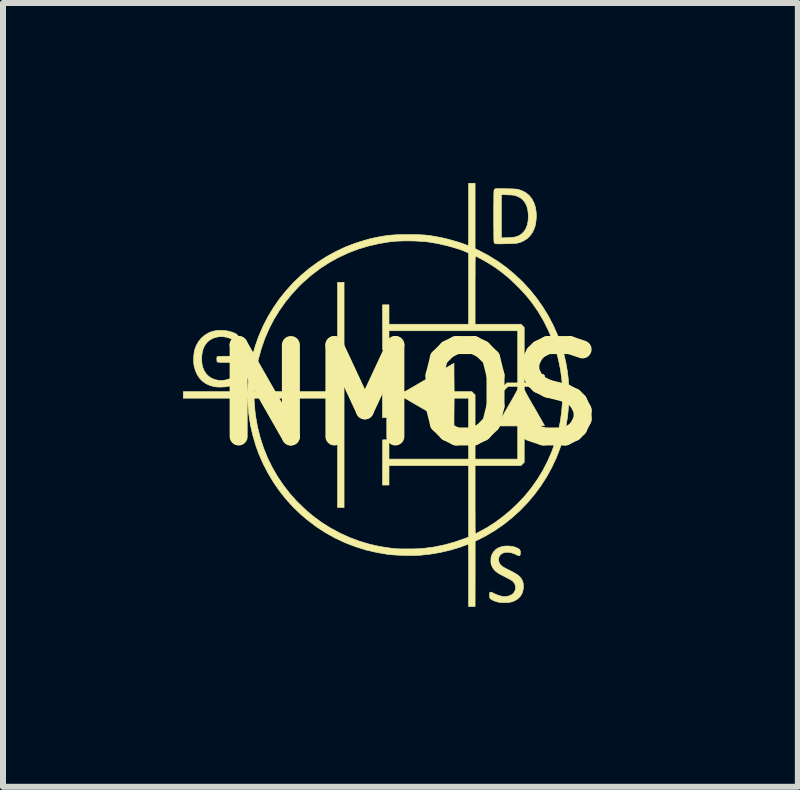
<source format=kicad_pcb>
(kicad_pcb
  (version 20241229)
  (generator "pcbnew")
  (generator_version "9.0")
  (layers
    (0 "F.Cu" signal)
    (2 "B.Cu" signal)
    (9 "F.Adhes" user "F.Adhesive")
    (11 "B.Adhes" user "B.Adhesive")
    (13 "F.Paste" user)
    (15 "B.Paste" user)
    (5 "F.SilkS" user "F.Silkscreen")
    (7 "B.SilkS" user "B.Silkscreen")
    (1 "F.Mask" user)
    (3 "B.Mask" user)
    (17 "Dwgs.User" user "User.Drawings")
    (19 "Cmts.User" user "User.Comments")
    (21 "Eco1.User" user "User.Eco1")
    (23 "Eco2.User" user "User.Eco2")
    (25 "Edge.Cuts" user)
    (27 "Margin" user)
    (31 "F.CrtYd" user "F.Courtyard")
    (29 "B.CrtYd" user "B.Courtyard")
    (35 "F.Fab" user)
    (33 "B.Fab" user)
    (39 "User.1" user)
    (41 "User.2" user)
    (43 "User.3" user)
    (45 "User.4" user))
  (footprint "NMOS"
    (layer "F.Cu")
    (at 3.758 3.536)
    (property "Reference" "NMOS" (at 0 0 0) (layer "F.SilkS") (effects (font (size 1.524 1.524) (thickness 0.3))))
    (attr through_hole)
    (fp_poly (pts (xy -3.091 -1.078) (xy -3.024 -1.071) (xy -2.961 -1.056) (xy -2.904 -1.036) (xy -2.904 -1.035) (xy -2.872 -1.019) (xy -2.851 -1.003) (xy -2.839 -0.986) (xy -2.833 -0.964) (xy -2.832 -0.943) (xy -2.834 -0.915) (xy -2.839 -0.897) (xy -2.85 -0.89) (xy -2.867 -0.893) (xy -2.892 -0.906) (xy -2.902 -0.912) (xy -2.963 -0.943) (xy -3.025 -0.964) (xy -3.088 -0.974) (xy -3.151 -0.974) (xy -3.211 -0.964) (xy -3.267 -0.944) (xy -3.317 -0.914) (xy -3.349 -0.887) (xy -3.387 -0.84) (xy -3.416 -0.786) (xy -3.435 -0.724) (xy -3.445 -0.655) (xy -3.446 -0.584) (xy -3.443 -0.539) (xy -3.438 -0.502) (xy -3.43 -0.469) (xy -3.417 -0.435) (xy -3.401 -0.401) (xy -3.37 -0.353) (xy -3.33 -0.313) (xy -3.283 -0.282) (xy -3.23 -0.26) (xy -3.173 -0.247) (xy -3.112 -0.244) (xy -3.051 -0.251) (xy -2.994 -0.267) (xy -2.959 -0.28) (xy -2.959 -0.546) (xy -3.069 -0.546) (xy -3.115 -0.546) (xy -3.149 -0.548) (xy -3.171 -0.549) (xy -3.184 -0.552) (xy -3.186 -0.554) (xy -3.191 -0.565) (xy -3.193 -0.584) (xy -3.194 -0.606) (xy -3.192 -0.625) (xy -3.188 -0.639) (xy -3.186 -0.64) (xy -3.18 -0.643) (xy -3.165 -0.645) (xy -3.14 -0.646) (xy -3.106 -0.647) (xy -3.061 -0.648) (xy -3.019 -0.648) (xy -2.858 -0.648) (xy -2.845 -0.631) (xy -2.842 -0.626) (xy -2.839 -0.62) (xy -2.836 -0.611) (xy -2.835 -0.599) (xy -2.833 -0.581) (xy -2.833 -0.557) (xy -2.832 -0.525) (xy -2.832 -0.483) (xy -2.832 -0.43) (xy -2.832 -0.423) (xy -2.832 -0.363) (xy -2.833 -0.315) (xy -2.834 -0.278) (xy -2.835 -0.25) (xy -2.837 -0.23) (xy -2.839 -0.219) (xy -2.84 -0.216) (xy -2.852 -0.204) (xy -2.874 -0.19) (xy -2.903 -0.177) (xy -2.938 -0.164) (xy -2.977 -0.152) (xy -3.006 -0.146) (xy -3.053 -0.138) (xy -3.107 -0.135) (xy -3.161 -0.134) (xy -3.212 -0.138) (xy -3.245 -0.143) (xy -3.315 -0.163) (xy -3.378 -0.193) (xy -3.434 -0.233) (xy -3.482 -0.283) (xy -3.52 -0.341) (xy -3.55 -0.407) (xy -3.571 -0.481) (xy -3.576 -0.508) (xy -3.58 -0.55) (xy -3.58 -0.598) (xy -3.578 -0.649) (xy -3.573 -0.698) (xy -3.566 -0.74) (xy -3.562 -0.755) (xy -3.536 -0.827) (xy -3.499 -0.892) (xy -3.454 -0.948) (xy -3.399 -0.996) (xy -3.337 -1.034) (xy -3.28 -1.058) (xy -3.222 -1.072) (xy -3.158 -1.079) (xy -3.091 -1.078)) (stroke (width 0.01) (type solid)) (fill yes) (layer "F.SilkS"))
    (fp_poly (pts (xy 1.536 -3.441) (xy 1.578 -3.441) (xy 1.625 -3.44) (xy 1.681 -3.439) (xy 1.725 -3.438) (xy 1.761 -3.436) (xy 1.788 -3.434) (xy 1.81 -3.432) (xy 1.827 -3.429) (xy 1.838 -3.426) (xy 1.907 -3.401) (xy 1.966 -3.367) (xy 2.017 -3.323) (xy 2.058 -3.271) (xy 2.09 -3.21) (xy 2.114 -3.141) (xy 2.128 -3.062) (xy 2.129 -3.057) (xy 2.132 -2.994) (xy 2.129 -2.927) (xy 2.12 -2.861) (xy 2.111 -2.816) (xy 2.089 -2.754) (xy 2.058 -2.697) (xy 2.018 -2.646) (xy 1.972 -2.603) (xy 1.92 -2.571) (xy 1.917 -2.57) (xy 1.891 -2.557) (xy 1.867 -2.548) (xy 1.843 -2.54) (xy 1.817 -2.534) (xy 1.788 -2.53) (xy 1.754 -2.527) (xy 1.712 -2.525) (xy 1.66 -2.524) (xy 1.618 -2.523) (xy 1.568 -2.522) (xy 1.528 -2.521) (xy 1.498 -2.521) (xy 1.476 -2.522) (xy 1.461 -2.523) (xy 1.45 -2.524) (xy 1.444 -2.527) (xy 1.439 -2.53) (xy 1.436 -2.533) (xy 1.433 -2.536) (xy 1.431 -2.539) (xy 1.429 -2.544) (xy 1.427 -2.551) (xy 1.426 -2.562) (xy 1.425 -2.577) (xy 1.424 -2.597) (xy 1.424 -2.621) (xy 1.549 -2.621) (xy 1.653 -2.624) (xy 1.695 -2.626) (xy 1.733 -2.629) (xy 1.765 -2.633) (xy 1.787 -2.637) (xy 1.789 -2.638) (xy 1.844 -2.659) (xy 1.891 -2.69) (xy 1.93 -2.731) (xy 1.96 -2.78) (xy 1.982 -2.838) (xy 1.995 -2.905) (xy 1.999 -2.98) (xy 1.998 -3.013) (xy 1.99 -3.086) (xy 1.973 -3.15) (xy 1.947 -3.205) (xy 1.912 -3.25) (xy 1.869 -3.287) (xy 1.816 -3.314) (xy 1.797 -3.321) (xy 1.778 -3.327) (xy 1.756 -3.331) (xy 1.731 -3.335) (xy 1.699 -3.337) (xy 1.656 -3.338) (xy 1.653 -3.339) (xy 1.549 -3.342) (xy 1.549 -2.621) (xy 1.424 -2.621) (xy 1.424 -2.623) (xy 1.423 -2.656) (xy 1.423 -2.696) (xy 1.423 -2.746) (xy 1.422 -2.806) (xy 1.422 -2.876) (xy 1.422 -2.957) (xy 1.422 -2.981) (xy 1.422 -3.066) (xy 1.422 -3.139) (xy 1.423 -3.201) (xy 1.423 -3.254) (xy 1.423 -3.297) (xy 1.423 -3.332) (xy 1.424 -3.36) (xy 1.425 -3.381) (xy 1.426 -3.397) (xy 1.427 -3.409) (xy 1.429 -3.417) (xy 1.43 -3.422) (xy 1.432 -3.426) (xy 1.435 -3.429) (xy 1.436 -3.43) (xy 1.44 -3.433) (xy 1.445 -3.437) (xy 1.453 -3.439) (xy 1.464 -3.44) (xy 1.481 -3.441) (xy 1.504 -3.441) (xy 1.536 -3.441)) (stroke (width 0.01) (type solid)) (fill yes) (layer "F.SilkS"))
    (fp_poly (pts (xy 1.72 2.52) (xy 1.775 2.533) (xy 1.816 2.55) (xy 1.842 2.565) (xy 1.858 2.582) (xy 1.865 2.604) (xy 1.866 2.632) (xy 1.863 2.659) (xy 1.856 2.674) (xy 1.844 2.678) (xy 1.826 2.673) (xy 1.805 2.663) (xy 1.754 2.64) (xy 1.703 2.625) (xy 1.655 2.619) (xy 1.61 2.622) (xy 1.572 2.634) (xy 1.54 2.655) (xy 1.531 2.664) (xy 1.51 2.697) (xy 1.501 2.732) (xy 1.504 2.769) (xy 1.518 2.805) (xy 1.523 2.813) (xy 1.534 2.828) (xy 1.547 2.841) (xy 1.563 2.854) (xy 1.584 2.868) (xy 1.612 2.884) (xy 1.648 2.903) (xy 1.686 2.921) (xy 1.736 2.947) (xy 1.776 2.969) (xy 1.808 2.989) (xy 1.834 3.008) (xy 1.855 3.028) (xy 1.873 3.049) (xy 1.875 3.051) (xy 1.897 3.087) (xy 1.911 3.126) (xy 1.917 3.171) (xy 1.917 3.206) (xy 1.908 3.264) (xy 1.889 3.316) (xy 1.859 3.361) (xy 1.818 3.399) (xy 1.768 3.429) (xy 1.736 3.442) (xy 1.707 3.45) (xy 1.669 3.455) (xy 1.626 3.458) (xy 1.582 3.459) (xy 1.542 3.457) (xy 1.507 3.453) (xy 1.502 3.452) (xy 1.462 3.441) (xy 1.426 3.428) (xy 1.395 3.413) (xy 1.372 3.398) (xy 1.359 3.384) (xy 1.359 3.384) (xy 1.355 3.371) (xy 1.353 3.35) (xy 1.353 3.326) (xy 1.354 3.305) (xy 1.356 3.293) (xy 1.361 3.286) (xy 1.369 3.284) (xy 1.382 3.287) (xy 1.403 3.295) (xy 1.432 3.309) (xy 1.438 3.312) (xy 1.485 3.332) (xy 1.532 3.347) (xy 1.576 3.357) (xy 1.607 3.359) (xy 1.635 3.356) (xy 1.668 3.349) (xy 1.699 3.338) (xy 1.724 3.326) (xy 1.727 3.324) (xy 1.757 3.296) (xy 1.776 3.263) (xy 1.786 3.225) (xy 1.785 3.187) (xy 1.774 3.149) (xy 1.752 3.115) (xy 1.741 3.104) (xy 1.727 3.093) (xy 1.71 3.081) (xy 1.686 3.068) (xy 1.655 3.052) (xy 1.615 3.031) (xy 1.611 3.029) (xy 1.556 3.001) (xy 1.512 2.977) (xy 1.477 2.954) (xy 1.449 2.931) (xy 1.427 2.908) (xy 1.409 2.883) (xy 1.396 2.859) (xy 1.386 2.838) (xy 1.38 2.82) (xy 1.376 2.802) (xy 1.375 2.779) (xy 1.375 2.756) (xy 1.376 2.725) (xy 1.378 2.703) (xy 1.382 2.684) (xy 1.39 2.664) (xy 1.393 2.656) (xy 1.417 2.616) (xy 1.45 2.58) (xy 1.488 2.552) (xy 1.498 2.547) (xy 1.546 2.528) (xy 1.602 2.517) (xy 1.661 2.515) (xy 1.72 2.52)) (stroke (width 0.01) (type solid)) (fill yes) (layer "F.SilkS"))
    (fp_poly (pts (xy 1.111 -2.986) (xy 1.111 -2.442) (xy 1.182 -2.407) (xy 1.341 -2.322) (xy 1.493 -2.228) (xy 1.638 -2.123) (xy 1.775 -2.008) (xy 1.905 -1.885) (xy 2.026 -1.754) (xy 2.138 -1.615) (xy 2.241 -1.468) (xy 2.334 -1.316) (xy 2.417 -1.157) (xy 2.489 -0.994) (xy 2.55 -0.825) (xy 2.599 -0.652) (xy 2.6 -0.648) (xy 2.627 -0.526) (xy 2.647 -0.41) (xy 2.662 -0.293) (xy 2.671 -0.174) (xy 2.675 -0.048) (xy 2.675 -0.003) (xy 2.67 0.179) (xy 2.653 0.356) (xy 2.625 0.528) (xy 2.586 0.698) (xy 2.534 0.865) (xy 2.471 1.031) (xy 2.464 1.048) (xy 2.388 1.209) (xy 2.302 1.365) (xy 2.205 1.516) (xy 2.099 1.659) (xy 1.984 1.795) (xy 1.86 1.924) (xy 1.728 2.043) (xy 1.589 2.154) (xy 1.444 2.254) (xy 1.293 2.344) (xy 1.196 2.394) (xy 1.112 2.435) (xy 1.112 2.98) (xy 1.111 3.524) (xy 1.003 3.524) (xy 1.003 3.003) (xy 1.003 2.909) (xy 1.003 2.828) (xy 1.003 2.757) (xy 1.003 2.697) (xy 1.003 2.646) (xy 1.002 2.604) (xy 1.002 2.57) (xy 1.001 2.543) (xy 1.001 2.522) (xy 1 2.507) (xy 0.999 2.497) (xy 0.997 2.49) (xy 0.996 2.487) (xy 0.994 2.486) (xy 0.992 2.486) (xy 0.848 2.539) (xy 0.696 2.584) (xy 0.539 2.621) (xy 0.378 2.649) (xy 0.217 2.667) (xy 0.213 2.668) (xy 0.164 2.67) (xy 0.107 2.672) (xy 0.042 2.673) (xy -0.026 2.672) (xy -0.095 2.671) (xy -0.163 2.668) (xy -0.227 2.665) (xy -0.284 2.661) (xy -0.332 2.656) (xy -0.34 2.655) (xy -0.527 2.623) (xy -0.709 2.581) (xy -0.884 2.526) (xy -1.054 2.461) (xy -1.219 2.384) (xy -1.378 2.296) (xy -1.532 2.196) (xy -1.68 2.084) (xy -1.794 1.988) (xy -1.921 1.866) (xy -2.04 1.735) (xy -2.151 1.595) (xy -2.252 1.448) (xy -2.344 1.294) (xy -2.426 1.135) (xy -2.497 0.971) (xy -2.544 0.84) (xy -2.593 0.673) (xy -2.632 0.504) (xy -2.659 0.33) (xy -2.676 0.152) (xy -2.677 0.129) (xy -2.681 0.051) (xy -3.753 0.051) (xy -3.753 -0.057) (xy -2.681 -0.057) (xy -2.573 -0.057) (xy -1.181 -0.057) (xy -1.181 -1.88) (xy -1.073 -1.88) (xy -1.073 1.873) (xy -1.181 1.873) (xy -1.181 0.051) (xy -2.572 0.051) (xy -2.572 0.071) (xy -2.571 0.098) (xy -2.569 0.134) (xy -2.565 0.176) (xy -2.561 0.223) (xy -2.557 0.27) (xy -2.552 0.314) (xy -2.547 0.353) (xy -2.546 0.359) (xy -2.514 0.537) (xy -2.47 0.711) (xy -2.415 0.881) (xy -2.348 1.046) (xy -2.27 1.205) (xy -2.181 1.359) (xy -2.081 1.506) (xy -1.972 1.647) (xy -1.852 1.78) (xy -1.722 1.905) (xy -1.592 2.016) (xy -1.449 2.121) (xy -1.298 2.216) (xy -1.142 2.3) (xy -0.98 2.374) (xy -0.813 2.436) (xy -0.642 2.487) (xy -0.467 2.525) (xy -0.289 2.552) (xy -0.232 2.558) (xy -0.193 2.561) (xy -0.145 2.563) (xy -0.089 2.564) (xy -0.029 2.564) (xy 0.033 2.564) (xy 0.094 2.563) (xy 0.15 2.561) (xy 0.201 2.559) (xy 0.242 2.556) (xy 0.242 2.556) (xy 0.421 2.533) (xy 0.597 2.497) (xy 0.771 2.449) (xy 0.935 2.392) (xy 1.003 2.366) (xy 1.003 1.175) (xy -0.324 1.175) (xy -0.324 1.499) (xy -0.432 1.499) (xy -0.43 1.122) (xy -0.429 0.746) (xy -0.376 0.744) (xy -0.324 0.742) (xy -0.324 1.067) (xy 1.003 1.067) (xy 1.003 0.051) (xy 0.762 0.051) (xy 0.76 0.288) (xy 0.759 0.525) (xy 0.349 0.288) (xy -0.06 0.051) (xy -0.192 0.051) (xy -0.324 0.051) (xy -0.324 0.375) (xy -0.432 0.375) (xy -0.432 -0.381) (xy -0.324 -0.381) (xy -0.324 -0.057) (xy -0.192 -0.057) (xy -0.06 -0.057) (xy 0.759 -0.531) (xy 0.76 -0.294) (xy 0.762 -0.057) (xy 1.057 -0.057) (xy 1.084 -0.03) (xy 1.111 -0.004) (xy 1.111 0.532) (xy 1.111 1.067) (xy 1.822 1.067) (xy 1.822 0.514) (xy 1.65 0.514) (xy 1.599 0.514) (xy 1.559 0.514) (xy 1.529 0.514) (xy 1.508 0.513) (xy 1.494 0.512) (xy 1.486 0.51) (xy 1.482 0.508) (xy 1.482 0.505) (xy 1.482 0.504) (xy 1.486 0.496) (xy 1.496 0.479) (xy 1.511 0.452) (xy 1.53 0.418) (xy 1.553 0.378) (xy 1.58 0.331) (xy 1.609 0.28) (xy 1.641 0.226) (xy 1.654 0.202) (xy 1.692 0.137) (xy 1.723 0.083) (xy 1.749 0.037) (xy 1.77 -0.000254) (xy 1.787 -0.031) (xy 1.8 -0.055) (xy 1.809 -0.073) (xy 1.815 -0.088) (xy 1.819 -0.099) (xy 1.822 -0.108) (xy 1.822 -0.115) (xy 1.822 -0.117) (xy 1.822 -0.146) (xy 1.661 -0.146) (xy 1.584 -0.07) (xy 1.508 0.007) (xy 1.47 -0.032) (xy 1.556 -0.118) (xy 1.642 -0.203) (xy 1.822 -0.203) (xy 1.822 -1.073) (xy -0.324 -1.073) (xy -0.324 -0.749) (xy -0.376 -0.751) (xy -0.429 -0.752) (xy -0.432 -1.505) (xy -0.378 -1.505) (xy -0.324 -1.505) (xy -0.324 -1.181) (xy 1.003 -1.181) (xy 1.003 -1.749) (xy 1.111 -1.749) (xy 1.111 -1.181) (xy 1.877 -1.181) (xy 1.904 -1.154) (xy 1.93 -1.127) (xy 1.93 -0.203) (xy 2.086 -0.203) (xy 2.159 -0.276) (xy 2.184 -0.301) (xy 2.206 -0.322) (xy 2.223 -0.338) (xy 2.235 -0.347) (xy 2.238 -0.349) (xy 2.247 -0.345) (xy 2.259 -0.335) (xy 2.27 -0.323) (xy 2.273 -0.315) (xy 2.269 -0.308) (xy 2.257 -0.294) (xy 2.239 -0.275) (xy 2.216 -0.251) (xy 2.194 -0.229) (xy 2.114 -0.149) (xy 2.022 -0.147) (xy 1.93 -0.145) (xy 1.93 -0.113) (xy 1.931 -0.105) (xy 1.932 -0.097) (xy 1.934 -0.088) (xy 1.939 -0.077) (xy 1.945 -0.062) (xy 1.955 -0.043) (xy 1.968 -0.018) (xy 1.985 0.012) (xy 2.006 0.05) (xy 2.033 0.096) (xy 2.064 0.151) (xy 2.099 0.21) (xy 2.131 0.266) (xy 2.161 0.319) (xy 2.188 0.367) (xy 2.213 0.409) (xy 2.233 0.446) (xy 2.249 0.475) (xy 2.261 0.495) (xy 2.266 0.506) (xy 2.267 0.508) (xy 2.261 0.51) (xy 2.242 0.512) (xy 2.212 0.513) (xy 2.172 0.514) (xy 2.121 0.514) (xy 2.099 0.514) (xy 1.93 0.514) (xy 1.93 1.121) (xy 1.903 1.148) (xy 1.876 1.175) (xy 1.111 1.175) (xy 1.111 1.743) (xy 1.111 1.827) (xy 1.111 1.907) (xy 1.112 1.982) (xy 1.112 2.052) (xy 1.112 2.116) (xy 1.112 2.172) (xy 1.113 2.22) (xy 1.113 2.259) (xy 1.114 2.287) (xy 1.114 2.305) (xy 1.115 2.311) (xy 1.121 2.309) (xy 1.137 2.302) (xy 1.158 2.291) (xy 1.17 2.285) (xy 1.306 2.211) (xy 1.441 2.125) (xy 1.572 2.028) (xy 1.698 1.923) (xy 1.818 1.811) (xy 1.931 1.692) (xy 2.033 1.568) (xy 2.048 1.549) (xy 2.151 1.403) (xy 2.243 1.252) (xy 2.323 1.096) (xy 2.392 0.936) (xy 2.45 0.773) (xy 2.497 0.607) (xy 2.532 0.438) (xy 2.555 0.268) (xy 2.568 0.097) (xy 2.569 -0.074) (xy 2.558 -0.246) (xy 2.536 -0.416) (xy 2.502 -0.586) (xy 2.458 -0.753) (xy 2.401 -0.918) (xy 2.333 -1.079) (xy 2.254 -1.237) (xy 2.163 -1.391) (xy 2.127 -1.444) (xy 2.063 -1.535) (xy 1.995 -1.622) (xy 1.921 -1.707) (xy 1.839 -1.794) (xy 1.813 -1.819) (xy 1.724 -1.906) (xy 1.638 -1.982) (xy 1.551 -2.052) (xy 1.463 -2.117) (xy 1.369 -2.178) (xy 1.317 -2.21) (xy 1.286 -2.228) (xy 1.253 -2.247) (xy 1.219 -2.265) (xy 1.187 -2.282) (xy 1.159 -2.297) (xy 1.136 -2.309) (xy 1.12 -2.316) (xy 1.115 -2.318) (xy 1.114 -2.312) (xy 1.114 -2.294) (xy 1.113 -2.265) (xy 1.113 -2.226) (xy 1.112 -2.178) (xy 1.112 -2.122) (xy 1.112 -2.058) (xy 1.112 -1.988) (xy 1.111 -1.913) (xy 1.111 -1.833) (xy 1.111 -1.749) (xy 1.003 -1.749) (xy 1.003 -2.369) (xy 0.969 -2.384) (xy 0.906 -2.41) (xy 0.833 -2.436) (xy 0.752 -2.461) (xy 0.666 -2.485) (xy 0.578 -2.506) (xy 0.49 -2.526) (xy 0.405 -2.541) (xy 0.356 -2.549) (xy 0.282 -2.558) (xy 0.2 -2.564) (xy 0.113 -2.569) (xy 0.023 -2.571) (xy -0.067 -2.571) (xy -0.153 -2.568) (xy -0.233 -2.564) (xy -0.303 -2.557) (xy -0.305 -2.556) (xy -0.489 -2.526) (xy -0.667 -2.485) (xy -0.84 -2.433) (xy -1.007 -2.369) (xy -1.169 -2.293) (xy -1.324 -2.207) (xy -1.474 -2.11) (xy -1.617 -2.001) (xy -1.753 -1.882) (xy -1.812 -1.826) (xy -1.936 -1.693) (xy -2.05 -1.554) (xy -2.153 -1.408) (xy -2.246 -1.256) (xy -2.327 -1.098) (xy -2.397 -0.935) (xy -2.455 -0.766) (xy -2.502 -0.593) (xy -2.538 -0.416) (xy -2.561 -0.234) (xy -2.569 -0.132) (xy -2.573 -0.057) (xy -2.681 -0.057) (xy -2.677 -0.135) (xy -2.66 -0.322) (xy -2.633 -0.504) (xy -2.604 -0.638) (xy -2.555 -0.813) (xy -2.495 -0.983) (xy -2.424 -1.147) (xy -2.342 -1.306) (xy -2.25 -1.458) (xy -2.149 -1.604) (xy -2.038 -1.742) (xy -1.919 -1.873) (xy -1.791 -1.995) (xy -1.656 -2.109) (xy -1.513 -2.214) (xy -1.363 -2.31) (xy -1.207 -2.395) (xy -1.045 -2.471) (xy -0.877 -2.535) (xy -0.704 -2.588) (xy -0.645 -2.604) (xy -0.563 -2.623) (xy -0.487 -2.638) (xy -0.415 -2.651) (xy -0.344 -2.661) (xy -0.271 -2.668) (xy -0.193 -2.673) (xy -0.109 -2.675) (xy -0.015 -2.676) (xy 0.01 -2.676) (xy 0.086 -2.676) (xy 0.152 -2.675) (xy 0.211 -2.672) (xy 0.265 -2.669) (xy 0.317 -2.664) (xy 0.369 -2.657) (xy 0.425 -2.648) (xy 0.486 -2.637) (xy 0.53 -2.629) (xy 0.593 -2.615) (xy 0.662 -2.598) (xy 0.735 -2.578) (xy 0.807 -2.557) (xy 0.877 -2.535) (xy 0.94 -2.513) (xy 0.992 -2.492) (xy 0.994 -2.492) (xy 0.996 -2.493) (xy 0.997 -2.497) (xy 0.999 -2.504) (xy 1 -2.515) (xy 1.001 -2.531) (xy 1.001 -2.553) (xy 1.002 -2.581) (xy 1.002 -2.616) (xy 1.003 -2.659) (xy 1.003 -2.711) (xy 1.003 -2.773) (xy 1.003 -2.845) (xy 1.003 -2.929) (xy 1.003 -3.009) (xy 1.003 -3.531) (xy 1.111 -3.531) (xy 1.111 -2.986)) (stroke (width 0.01) (type solid)) (fill yes) (layer "F.SilkS")))
  (gr_rect
    (start -3 -3)
    (end 10.249 10.065)
    (stroke (width 0.1) (type default))
    (fill no)
    (layer "Edge.Cuts")))
</source>
